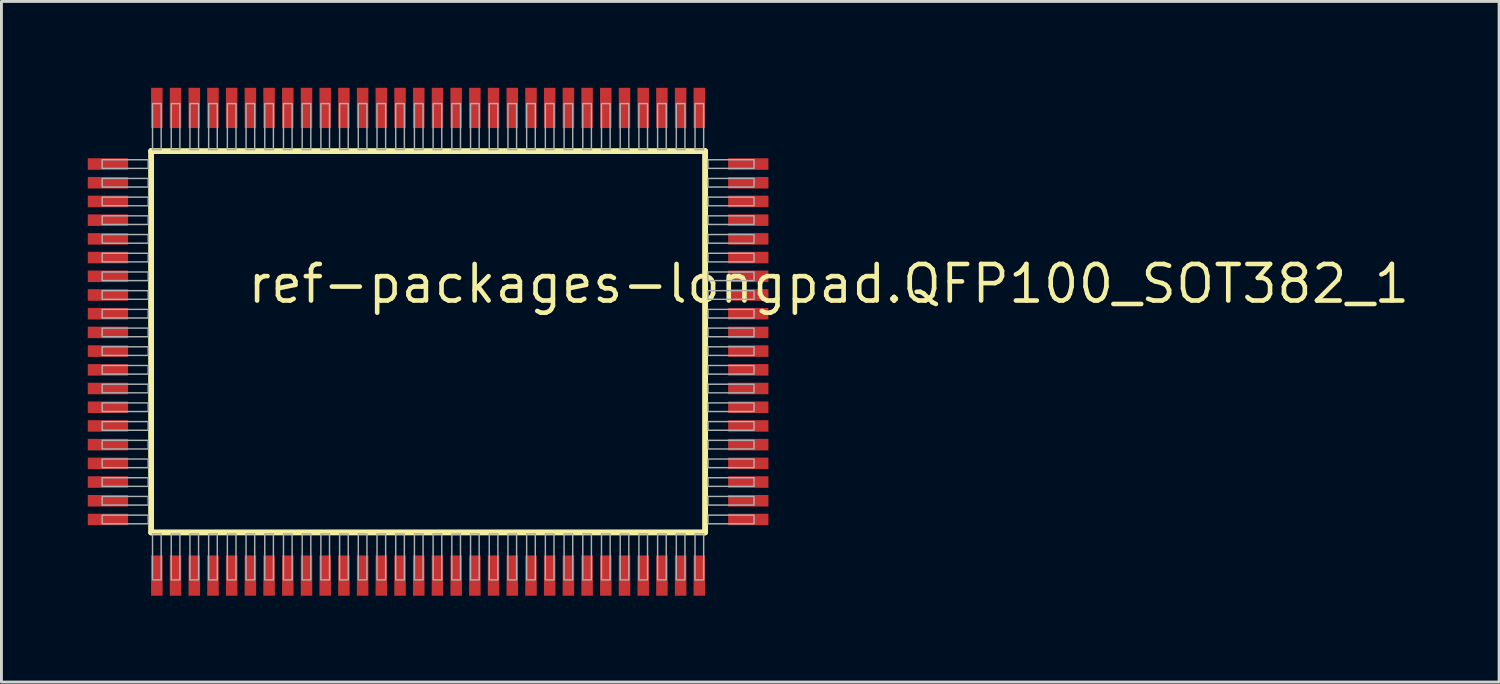
<source format=kicad_pcb>
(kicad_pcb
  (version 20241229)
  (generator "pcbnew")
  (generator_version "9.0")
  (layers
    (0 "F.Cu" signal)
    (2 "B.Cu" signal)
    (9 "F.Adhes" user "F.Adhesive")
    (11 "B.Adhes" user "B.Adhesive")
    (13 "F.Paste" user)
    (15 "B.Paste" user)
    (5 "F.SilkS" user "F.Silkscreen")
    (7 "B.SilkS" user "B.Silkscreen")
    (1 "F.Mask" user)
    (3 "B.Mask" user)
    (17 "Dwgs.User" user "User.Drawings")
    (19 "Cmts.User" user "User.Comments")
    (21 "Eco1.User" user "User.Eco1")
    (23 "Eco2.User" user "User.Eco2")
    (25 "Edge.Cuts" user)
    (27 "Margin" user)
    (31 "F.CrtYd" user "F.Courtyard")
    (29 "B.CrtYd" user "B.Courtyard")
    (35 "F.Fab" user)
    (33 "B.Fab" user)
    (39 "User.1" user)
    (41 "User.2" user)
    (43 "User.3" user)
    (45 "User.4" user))
  (footprint "ref-packages-longpad.QFP100_SOT382_1"
    (layer "F.Cu")
    (at 11.825 8.825)
    (property "Reference" "ref-packages-longpad.QFP100_SOT382_1" (at -6.35 -1.27 0) (layer "F.SilkS") (effects (font (size 1.27 1.27) (thickness 0.16)) (justify left bottom)))
    (attr smd)
    (fp_line (start -9.625 -6.625) (end 9.625 -6.625) (stroke (width 0.203) (type default)) (layer "F.SilkS"))
    (fp_line (start -9.625 6.625) (end -9.625 -6.625) (stroke (width 0.203) (type default)) (layer "F.SilkS"))
    (fp_line (start 9.625 -6.625) (end 9.625 6.625) (stroke (width 0.203) (type default)) (layer "F.SilkS"))
    (fp_line (start 9.625 6.625) (end -9.625 6.625) (stroke (width 0.203) (type default)) (layer "F.SilkS"))
    (fp_rect (start -11.325 -6.025) (end -9.725 -6.325) (stroke (width 0.05) (type default)) (fill no) (layer "F.Fab"))
    (fp_rect (start -11.325 -5.375) (end -9.725 -5.675) (stroke (width 0.05) (type default)) (fill no) (layer "F.Fab"))
    (fp_rect (start -11.325 -4.725) (end -9.725 -5.025) (stroke (width 0.05) (type default)) (fill no) (layer "F.Fab"))
    (fp_rect (start -11.325 -4.075) (end -9.725 -4.375) (stroke (width 0.05) (type default)) (fill no) (layer "F.Fab"))
    (fp_rect (start -11.325 -3.425) (end -9.725 -3.725) (stroke (width 0.05) (type default)) (fill no) (layer "F.Fab"))
    (fp_rect (start -11.325 -2.775) (end -9.725 -3.075) (stroke (width 0.05) (type default)) (fill no) (layer "F.Fab"))
    (fp_rect (start -11.325 -2.125) (end -9.725 -2.425) (stroke (width 0.05) (type default)) (fill no) (layer "F.Fab"))
    (fp_rect (start -11.325 -1.475) (end -9.725 -1.775) (stroke (width 0.05) (type default)) (fill no) (layer "F.Fab"))
    (fp_rect (start -11.325 -0.825) (end -9.725 -1.125) (stroke (width 0.05) (type default)) (fill no) (layer "F.Fab"))
    (fp_rect (start -11.325 -0.175) (end -9.725 -0.475) (stroke (width 0.05) (type default)) (fill no) (layer "F.Fab"))
    (fp_rect (start -11.325 0.475) (end -9.725 0.175) (stroke (width 0.05) (type default)) (fill no) (layer "F.Fab"))
    (fp_rect (start -11.325 1.125) (end -9.725 0.825) (stroke (width 0.05) (type default)) (fill no) (layer "F.Fab"))
    (fp_rect (start -11.325 1.775) (end -9.725 1.475) (stroke (width 0.05) (type default)) (fill no) (layer "F.Fab"))
    (fp_rect (start -11.325 2.425) (end -9.725 2.125) (stroke (width 0.05) (type default)) (fill no) (layer "F.Fab"))
    (fp_rect (start -11.325 3.075) (end -9.725 2.775) (stroke (width 0.05) (type default)) (fill no) (layer "F.Fab"))
    (fp_rect (start -11.325 3.725) (end -9.725 3.425) (stroke (width 0.05) (type default)) (fill no) (layer "F.Fab"))
    (fp_rect (start -11.325 4.375) (end -9.725 4.075) (stroke (width 0.05) (type default)) (fill no) (layer "F.Fab"))
    (fp_rect (start -11.325 5.025) (end -9.725 4.725) (stroke (width 0.05) (type default)) (fill no) (layer "F.Fab"))
    (fp_rect (start -11.325 5.675) (end -9.725 5.375) (stroke (width 0.05) (type default)) (fill no) (layer "F.Fab"))
    (fp_rect (start -11.325 6.325) (end -9.725 6.025) (stroke (width 0.05) (type default)) (fill no) (layer "F.Fab"))
    (fp_rect (start -9.575 -6.675) (end -9.275 -8.275) (stroke (width 0.05) (type default)) (fill no) (layer "F.Fab"))
    (fp_rect (start -9.575 8.275) (end -9.275 6.675) (stroke (width 0.05) (type default)) (fill no) (layer "F.Fab"))
    (fp_rect (start -8.925 -6.675) (end -8.625 -8.275) (stroke (width 0.05) (type default)) (fill no) (layer "F.Fab"))
    (fp_rect (start -8.925 8.275) (end -8.625 6.675) (stroke (width 0.05) (type default)) (fill no) (layer "F.Fab"))
    (fp_rect (start -8.275 -6.675) (end -7.975 -8.275) (stroke (width 0.05) (type default)) (fill no) (layer "F.Fab"))
    (fp_rect (start -8.275 8.275) (end -7.975 6.675) (stroke (width 0.05) (type default)) (fill no) (layer "F.Fab"))
    (fp_rect (start -7.625 -6.675) (end -7.325 -8.275) (stroke (width 0.05) (type default)) (fill no) (layer "F.Fab"))
    (fp_rect (start -7.625 8.275) (end -7.325 6.675) (stroke (width 0.05) (type default)) (fill no) (layer "F.Fab"))
    (fp_rect (start -6.975 -6.675) (end -6.675 -8.275) (stroke (width 0.05) (type default)) (fill no) (layer "F.Fab"))
    (fp_rect (start -6.975 8.275) (end -6.675 6.675) (stroke (width 0.05) (type default)) (fill no) (layer "F.Fab"))
    (fp_rect (start -6.325 -6.675) (end -6.025 -8.275) (stroke (width 0.05) (type default)) (fill no) (layer "F.Fab"))
    (fp_rect (start -6.325 8.275) (end -6.025 6.675) (stroke (width 0.05) (type default)) (fill no) (layer "F.Fab"))
    (fp_rect (start -5.675 -6.675) (end -5.375 -8.275) (stroke (width 0.05) (type default)) (fill no) (layer "F.Fab"))
    (fp_rect (start -5.675 8.275) (end -5.375 6.675) (stroke (width 0.05) (type default)) (fill no) (layer "F.Fab"))
    (fp_rect (start -5.025 -6.675) (end -4.725 -8.275) (stroke (width 0.05) (type default)) (fill no) (layer "F.Fab"))
    (fp_rect (start -5.025 8.275) (end -4.725 6.675) (stroke (width 0.05) (type default)) (fill no) (layer "F.Fab"))
    (fp_rect (start -4.375 -6.675) (end -4.075 -8.275) (stroke (width 0.05) (type default)) (fill no) (layer "F.Fab"))
    (fp_rect (start -4.375 8.275) (end -4.075 6.675) (stroke (width 0.05) (type default)) (fill no) (layer "F.Fab"))
    (fp_rect (start -3.725 -6.675) (end -3.425 -8.275) (stroke (width 0.05) (type default)) (fill no) (layer "F.Fab"))
    (fp_rect (start -3.725 8.275) (end -3.425 6.675) (stroke (width 0.05) (type default)) (fill no) (layer "F.Fab"))
    (fp_rect (start -3.075 -6.675) (end -2.775 -8.275) (stroke (width 0.05) (type default)) (fill no) (layer "F.Fab"))
    (fp_rect (start -3.075 8.275) (end -2.775 6.675) (stroke (width 0.05) (type default)) (fill no) (layer "F.Fab"))
    (fp_rect (start -2.425 -6.675) (end -2.125 -8.275) (stroke (width 0.05) (type default)) (fill no) (layer "F.Fab"))
    (fp_rect (start -2.425 8.275) (end -2.125 6.675) (stroke (width 0.05) (type default)) (fill no) (layer "F.Fab"))
    (fp_rect (start -1.775 -6.675) (end -1.475 -8.275) (stroke (width 0.05) (type default)) (fill no) (layer "F.Fab"))
    (fp_rect (start -1.775 8.275) (end -1.475 6.675) (stroke (width 0.05) (type default)) (fill no) (layer "F.Fab"))
    (fp_rect (start -1.125 -6.675) (end -0.825 -8.275) (stroke (width 0.05) (type default)) (fill no) (layer "F.Fab"))
    (fp_rect (start -1.125 8.275) (end -0.825 6.675) (stroke (width 0.05) (type default)) (fill no) (layer "F.Fab"))
    (fp_rect (start -0.475 -6.675) (end -0.175 -8.275) (stroke (width 0.05) (type default)) (fill no) (layer "F.Fab"))
    (fp_rect (start -0.475 8.275) (end -0.175 6.675) (stroke (width 0.05) (type default)) (fill no) (layer "F.Fab"))
    (fp_rect (start 0.175 -6.675) (end 0.475 -8.275) (stroke (width 0.05) (type default)) (fill no) (layer "F.Fab"))
    (fp_rect (start 0.175 8.275) (end 0.475 6.675) (stroke (width 0.05) (type default)) (fill no) (layer "F.Fab"))
    (fp_rect (start 0.825 -6.675) (end 1.125 -8.275) (stroke (width 0.05) (type default)) (fill no) (layer "F.Fab"))
    (fp_rect (start 0.825 8.275) (end 1.125 6.675) (stroke (width 0.05) (type default)) (fill no) (layer "F.Fab"))
    (fp_rect (start 1.475 -6.675) (end 1.775 -8.275) (stroke (width 0.05) (type default)) (fill no) (layer "F.Fab"))
    (fp_rect (start 1.475 8.275) (end 1.775 6.675) (stroke (width 0.05) (type default)) (fill no) (layer "F.Fab"))
    (fp_rect (start 2.125 -6.675) (end 2.425 -8.275) (stroke (width 0.05) (type default)) (fill no) (layer "F.Fab"))
    (fp_rect (start 2.125 8.275) (end 2.425 6.675) (stroke (width 0.05) (type default)) (fill no) (layer "F.Fab"))
    (fp_rect (start 2.775 -6.675) (end 3.075 -8.275) (stroke (width 0.05) (type default)) (fill no) (layer "F.Fab"))
    (fp_rect (start 2.775 8.275) (end 3.075 6.675) (stroke (width 0.05) (type default)) (fill no) (layer "F.Fab"))
    (fp_rect (start 3.425 -6.675) (end 3.725 -8.275) (stroke (width 0.05) (type default)) (fill no) (layer "F.Fab"))
    (fp_rect (start 3.425 8.275) (end 3.725 6.675) (stroke (width 0.05) (type default)) (fill no) (layer "F.Fab"))
    (fp_rect (start 4.075 -6.675) (end 4.375 -8.275) (stroke (width 0.05) (type default)) (fill no) (layer "F.Fab"))
    (fp_rect (start 4.075 8.275) (end 4.375 6.675) (stroke (width 0.05) (type default)) (fill no) (layer "F.Fab"))
    (fp_rect (start 4.725 -6.675) (end 5.025 -8.275) (stroke (width 0.05) (type default)) (fill no) (layer "F.Fab"))
    (fp_rect (start 4.725 8.275) (end 5.025 6.675) (stroke (width 0.05) (type default)) (fill no) (layer "F.Fab"))
    (fp_rect (start 5.375 -6.675) (end 5.675 -8.275) (stroke (width 0.05) (type default)) (fill no) (layer "F.Fab"))
    (fp_rect (start 5.375 8.275) (end 5.675 6.675) (stroke (width 0.05) (type default)) (fill no) (layer "F.Fab"))
    (fp_rect (start 6.025 -6.675) (end 6.325 -8.275) (stroke (width 0.05) (type default)) (fill no) (layer "F.Fab"))
    (fp_rect (start 6.025 8.275) (end 6.325 6.675) (stroke (width 0.05) (type default)) (fill no) (layer "F.Fab"))
    (fp_rect (start 6.675 -6.675) (end 6.975 -8.275) (stroke (width 0.05) (type default)) (fill no) (layer "F.Fab"))
    (fp_rect (start 6.675 8.275) (end 6.975 6.675) (stroke (width 0.05) (type default)) (fill no) (layer "F.Fab"))
    (fp_rect (start 7.325 -6.675) (end 7.625 -8.275) (stroke (width 0.05) (type default)) (fill no) (layer "F.Fab"))
    (fp_rect (start 7.325 8.275) (end 7.625 6.675) (stroke (width 0.05) (type default)) (fill no) (layer "F.Fab"))
    (fp_rect (start 7.975 -6.675) (end 8.275 -8.275) (stroke (width 0.05) (type default)) (fill no) (layer "F.Fab"))
    (fp_rect (start 7.975 8.275) (end 8.275 6.675) (stroke (width 0.05) (type default)) (fill no) (layer "F.Fab"))
    (fp_rect (start 8.625 -6.675) (end 8.925 -8.275) (stroke (width 0.05) (type default)) (fill no) (layer "F.Fab"))
    (fp_rect (start 8.625 8.275) (end 8.925 6.675) (stroke (width 0.05) (type default)) (fill no) (layer "F.Fab"))
    (fp_rect (start 9.275 -6.675) (end 9.575 -8.275) (stroke (width 0.05) (type default)) (fill no) (layer "F.Fab"))
    (fp_rect (start 9.275 8.275) (end 9.575 6.675) (stroke (width 0.05) (type default)) (fill no) (layer "F.Fab"))
    (fp_rect (start 9.725 -6.025) (end 11.325 -6.325) (stroke (width 0.05) (type default)) (fill no) (layer "F.Fab"))
    (fp_rect (start 9.725 -5.375) (end 11.325 -5.675) (stroke (width 0.05) (type default)) (fill no) (layer "F.Fab"))
    (fp_rect (start 9.725 -4.725) (end 11.325 -5.025) (stroke (width 0.05) (type default)) (fill no) (layer "F.Fab"))
    (fp_rect (start 9.725 -4.075) (end 11.325 -4.375) (stroke (width 0.05) (type default)) (fill no) (layer "F.Fab"))
    (fp_rect (start 9.725 -3.425) (end 11.325 -3.725) (stroke (width 0.05) (type default)) (fill no) (layer "F.Fab"))
    (fp_rect (start 9.725 -2.775) (end 11.325 -3.075) (stroke (width 0.05) (type default)) (fill no) (layer "F.Fab"))
    (fp_rect (start 9.725 -2.125) (end 11.325 -2.425) (stroke (width 0.05) (type default)) (fill no) (layer "F.Fab"))
    (fp_rect (start 9.725 -1.475) (end 11.325 -1.775) (stroke (width 0.05) (type default)) (fill no) (layer "F.Fab"))
    (fp_rect (start 9.725 -0.825) (end 11.325 -1.125) (stroke (width 0.05) (type default)) (fill no) (layer "F.Fab"))
    (fp_rect (start 9.725 -0.175) (end 11.325 -0.475) (stroke (width 0.05) (type default)) (fill no) (layer "F.Fab"))
    (fp_rect (start 9.725 0.475) (end 11.325 0.175) (stroke (width 0.05) (type default)) (fill no) (layer "F.Fab"))
    (fp_rect (start 9.725 1.125) (end 11.325 0.825) (stroke (width 0.05) (type default)) (fill no) (layer "F.Fab"))
    (fp_rect (start 9.725 1.775) (end 11.325 1.475) (stroke (width 0.05) (type default)) (fill no) (layer "F.Fab"))
    (fp_rect (start 9.725 2.425) (end 11.325 2.125) (stroke (width 0.05) (type default)) (fill no) (layer "F.Fab"))
    (fp_rect (start 9.725 3.075) (end 11.325 2.775) (stroke (width 0.05) (type default)) (fill no) (layer "F.Fab"))
    (fp_rect (start 9.725 3.725) (end 11.325 3.425) (stroke (width 0.05) (type default)) (fill no) (layer "F.Fab"))
    (fp_rect (start 9.725 4.375) (end 11.325 4.075) (stroke (width 0.05) (type default)) (fill no) (layer "F.Fab"))
    (fp_rect (start 9.725 5.025) (end 11.325 4.725) (stroke (width 0.05) (type default)) (fill no) (layer "F.Fab"))
    (fp_rect (start 9.725 5.675) (end 11.325 5.375) (stroke (width 0.05) (type default)) (fill no) (layer "F.Fab"))
    (fp_rect (start 9.725 6.325) (end 11.325 6.025) (stroke (width 0.05) (type default)) (fill no) (layer "F.Fab"))
    (pad "1" smd roundrect (at -9.425 8.125) (size 0.4 1.4) (layers "F.Cu" "F.Mask" "F.Paste") (roundrect_rratio 0.01))
    (pad "2" smd roundrect (at -8.775 8.125) (size 0.4 1.4) (layers "F.Cu" "F.Mask" "F.Paste") (roundrect_rratio 0.01))
    (pad "3" smd roundrect (at -8.125 8.125) (size 0.4 1.4) (layers "F.Cu" "F.Mask" "F.Paste") (roundrect_rratio 0.01))
    (pad "4" smd roundrect (at -7.475 8.125) (size 0.4 1.4) (layers "F.Cu" "F.Mask" "F.Paste") (roundrect_rratio 0.01))
    (pad "5" smd roundrect (at -6.825 8.125) (size 0.4 1.4) (layers "F.Cu" "F.Mask" "F.Paste") (roundrect_rratio 0.01))
    (pad "6" smd roundrect (at -6.175 8.125) (size 0.4 1.4) (layers "F.Cu" "F.Mask" "F.Paste") (roundrect_rratio 0.01))
    (pad "7" smd roundrect (at -5.525 8.125) (size 0.4 1.4) (layers "F.Cu" "F.Mask" "F.Paste") (roundrect_rratio 0.01))
    (pad "8" smd roundrect (at -4.875 8.125) (size 0.4 1.4) (layers "F.Cu" "F.Mask" "F.Paste") (roundrect_rratio 0.01))
    (pad "9" smd roundrect (at -4.225 8.125) (size 0.4 1.4) (layers "F.Cu" "F.Mask" "F.Paste") (roundrect_rratio 0.01))
    (pad "10" smd roundrect (at -3.575 8.125) (size 0.4 1.4) (layers "F.Cu" "F.Mask" "F.Paste") (roundrect_rratio 0.01))
    (pad "11" smd roundrect (at -2.925 8.125) (size 0.4 1.4) (layers "F.Cu" "F.Mask" "F.Paste") (roundrect_rratio 0.01))
    (pad "12" smd roundrect (at -2.275 8.125) (size 0.4 1.4) (layers "F.Cu" "F.Mask" "F.Paste") (roundrect_rratio 0.01))
    (pad "13" smd roundrect (at -1.625 8.125) (size 0.4 1.4) (layers "F.Cu" "F.Mask" "F.Paste") (roundrect_rratio 0.01))
    (pad "14" smd roundrect (at -0.975 8.125) (size 0.4 1.4) (layers "F.Cu" "F.Mask" "F.Paste") (roundrect_rratio 0.01))
    (pad "15" smd roundrect (at -0.325 8.125) (size 0.4 1.4) (layers "F.Cu" "F.Mask" "F.Paste") (roundrect_rratio 0.01))
    (pad "16" smd roundrect (at 0.325 8.125) (size 0.4 1.4) (layers "F.Cu" "F.Mask" "F.Paste") (roundrect_rratio 0.01))
    (pad "17" smd roundrect (at 0.975 8.125) (size 0.4 1.4) (layers "F.Cu" "F.Mask" "F.Paste") (roundrect_rratio 0.01))
    (pad "18" smd roundrect (at 1.625 8.125) (size 0.4 1.4) (layers "F.Cu" "F.Mask" "F.Paste") (roundrect_rratio 0.01))
    (pad "19" smd roundrect (at 2.275 8.125) (size 0.4 1.4) (layers "F.Cu" "F.Mask" "F.Paste") (roundrect_rratio 0.01))
    (pad "20" smd roundrect (at 2.925 8.125) (size 0.4 1.4) (layers "F.Cu" "F.Mask" "F.Paste") (roundrect_rratio 0.01))
    (pad "21" smd roundrect (at 3.575 8.125) (size 0.4 1.4) (layers "F.Cu" "F.Mask" "F.Paste") (roundrect_rratio 0.01))
    (pad "22" smd roundrect (at 4.225 8.125) (size 0.4 1.4) (layers "F.Cu" "F.Mask" "F.Paste") (roundrect_rratio 0.01))
    (pad "23" smd roundrect (at 4.875 8.125) (size 0.4 1.4) (layers "F.Cu" "F.Mask" "F.Paste") (roundrect_rratio 0.01))
    (pad "24" smd roundrect (at 5.525 8.125) (size 0.4 1.4) (layers "F.Cu" "F.Mask" "F.Paste") (roundrect_rratio 0.01))
    (pad "25" smd roundrect (at 6.175 8.125) (size 0.4 1.4) (layers "F.Cu" "F.Mask" "F.Paste") (roundrect_rratio 0.01))
    (pad "26" smd roundrect (at 6.825 8.125) (size 0.4 1.4) (layers "F.Cu" "F.Mask" "F.Paste") (roundrect_rratio 0.01))
    (pad "27" smd roundrect (at 7.475 8.125) (size 0.4 1.4) (layers "F.Cu" "F.Mask" "F.Paste") (roundrect_rratio 0.01))
    (pad "28" smd roundrect (at 8.125 8.125) (size 0.4 1.4) (layers "F.Cu" "F.Mask" "F.Paste") (roundrect_rratio 0.01))
    (pad "29" smd roundrect (at 8.775 8.125) (size 0.4 1.4) (layers "F.Cu" "F.Mask" "F.Paste") (roundrect_rratio 0.01))
    (pad "30" smd roundrect (at 9.425 8.125) (size 0.4 1.4) (layers "F.Cu" "F.Mask" "F.Paste") (roundrect_rratio 0.01))
    (pad "31" smd roundrect (at 11.125 6.175) (size 1.4 0.4) (layers "F.Cu" "F.Mask" "F.Paste") (roundrect_rratio 0.01))
    (pad "32" smd roundrect (at 11.125 5.525) (size 1.4 0.4) (layers "F.Cu" "F.Mask" "F.Paste") (roundrect_rratio 0.01))
    (pad "33" smd roundrect (at 11.125 4.875) (size 1.4 0.4) (layers "F.Cu" "F.Mask" "F.Paste") (roundrect_rratio 0.01))
    (pad "34" smd roundrect (at 11.125 4.225) (size 1.4 0.4) (layers "F.Cu" "F.Mask" "F.Paste") (roundrect_rratio 0.01))
    (pad "35" smd roundrect (at 11.125 3.575) (size 1.4 0.4) (layers "F.Cu" "F.Mask" "F.Paste") (roundrect_rratio 0.01))
    (pad "36" smd roundrect (at 11.125 2.925) (size 1.4 0.4) (layers "F.Cu" "F.Mask" "F.Paste") (roundrect_rratio 0.01))
    (pad "37" smd roundrect (at 11.125 2.275) (size 1.4 0.4) (layers "F.Cu" "F.Mask" "F.Paste") (roundrect_rratio 0.01))
    (pad "38" smd roundrect (at 11.125 1.625) (size 1.4 0.4) (layers "F.Cu" "F.Mask" "F.Paste") (roundrect_rratio 0.01))
    (pad "39" smd roundrect (at 11.125 0.975) (size 1.4 0.4) (layers "F.Cu" "F.Mask" "F.Paste") (roundrect_rratio 0.01))
    (pad "40" smd roundrect (at 11.125 0.325) (size 1.4 0.4) (layers "F.Cu" "F.Mask" "F.Paste") (roundrect_rratio 0.01))
    (pad "41" smd roundrect (at 11.125 -0.325) (size 1.4 0.4) (layers "F.Cu" "F.Mask" "F.Paste") (roundrect_rratio 0.01))
    (pad "42" smd roundrect (at 11.125 -0.975) (size 1.4 0.4) (layers "F.Cu" "F.Mask" "F.Paste") (roundrect_rratio 0.01))
    (pad "43" smd roundrect (at 11.125 -1.625) (size 1.4 0.4) (layers "F.Cu" "F.Mask" "F.Paste") (roundrect_rratio 0.01))
    (pad "44" smd roundrect (at 11.125 -2.275) (size 1.4 0.4) (layers "F.Cu" "F.Mask" "F.Paste") (roundrect_rratio 0.01))
    (pad "45" smd roundrect (at 11.125 -2.925) (size 1.4 0.4) (layers "F.Cu" "F.Mask" "F.Paste") (roundrect_rratio 0.01))
    (pad "46" smd roundrect (at 11.125 -3.575) (size 1.4 0.4) (layers "F.Cu" "F.Mask" "F.Paste") (roundrect_rratio 0.01))
    (pad "47" smd roundrect (at 11.125 -4.225) (size 1.4 0.4) (layers "F.Cu" "F.Mask" "F.Paste") (roundrect_rratio 0.01))
    (pad "48" smd roundrect (at 11.125 -4.875) (size 1.4 0.4) (layers "F.Cu" "F.Mask" "F.Paste") (roundrect_rratio 0.01))
    (pad "49" smd roundrect (at 11.125 -5.525) (size 1.4 0.4) (layers "F.Cu" "F.Mask" "F.Paste") (roundrect_rratio 0.01))
    (pad "50" smd roundrect (at 11.125 -6.175) (size 1.4 0.4) (layers "F.Cu" "F.Mask" "F.Paste") (roundrect_rratio 0.01))
    (pad "51" smd roundrect (at 9.425 -8.125) (size 0.4 1.4) (layers "F.Cu" "F.Mask" "F.Paste") (roundrect_rratio 0.01))
    (pad "52" smd roundrect (at 8.775 -8.125) (size 0.4 1.4) (layers "F.Cu" "F.Mask" "F.Paste") (roundrect_rratio 0.01))
    (pad "53" smd roundrect (at 8.125 -8.125) (size 0.4 1.4) (layers "F.Cu" "F.Mask" "F.Paste") (roundrect_rratio 0.01))
    (pad "54" smd roundrect (at 7.475 -8.125) (size 0.4 1.4) (layers "F.Cu" "F.Mask" "F.Paste") (roundrect_rratio 0.01))
    (pad "55" smd roundrect (at 6.825 -8.125) (size 0.4 1.4) (layers "F.Cu" "F.Mask" "F.Paste") (roundrect_rratio 0.01))
    (pad "56" smd roundrect (at 6.175 -8.125) (size 0.4 1.4) (layers "F.Cu" "F.Mask" "F.Paste") (roundrect_rratio 0.01))
    (pad "57" smd roundrect (at 5.525 -8.125) (size 0.4 1.4) (layers "F.Cu" "F.Mask" "F.Paste") (roundrect_rratio 0.01))
    (pad "58" smd roundrect (at 4.875 -8.125) (size 0.4 1.4) (layers "F.Cu" "F.Mask" "F.Paste") (roundrect_rratio 0.01))
    (pad "59" smd roundrect (at 4.225 -8.125) (size 0.4 1.4) (layers "F.Cu" "F.Mask" "F.Paste") (roundrect_rratio 0.01))
    (pad "60" smd roundrect (at 3.575 -8.125) (size 0.4 1.4) (layers "F.Cu" "F.Mask" "F.Paste") (roundrect_rratio 0.01))
    (pad "61" smd roundrect (at 2.925 -8.125) (size 0.4 1.4) (layers "F.Cu" "F.Mask" "F.Paste") (roundrect_rratio 0.01))
    (pad "62" smd roundrect (at 2.275 -8.125) (size 0.4 1.4) (layers "F.Cu" "F.Mask" "F.Paste") (roundrect_rratio 0.01))
    (pad "63" smd roundrect (at 1.625 -8.125) (size 0.4 1.4) (layers "F.Cu" "F.Mask" "F.Paste") (roundrect_rratio 0.01))
    (pad "64" smd roundrect (at 0.975 -8.125) (size 0.4 1.4) (layers "F.Cu" "F.Mask" "F.Paste") (roundrect_rratio 0.01))
    (pad "65" smd roundrect (at 0.325 -8.125) (size 0.4 1.4) (layers "F.Cu" "F.Mask" "F.Paste") (roundrect_rratio 0.01))
    (pad "66" smd roundrect (at -0.325 -8.125) (size 0.4 1.4) (layers "F.Cu" "F.Mask" "F.Paste") (roundrect_rratio 0.01))
    (pad "67" smd roundrect (at -0.975 -8.125) (size 0.4 1.4) (layers "F.Cu" "F.Mask" "F.Paste") (roundrect_rratio 0.01))
    (pad "68" smd roundrect (at -1.625 -8.125) (size 0.4 1.4) (layers "F.Cu" "F.Mask" "F.Paste") (roundrect_rratio 0.01))
    (pad "69" smd roundrect (at -2.275 -8.125) (size 0.4 1.4) (layers "F.Cu" "F.Mask" "F.Paste") (roundrect_rratio 0.01))
    (pad "70" smd roundrect (at -2.925 -8.125) (size 0.4 1.4) (layers "F.Cu" "F.Mask" "F.Paste") (roundrect_rratio 0.01))
    (pad "71" smd roundrect (at -3.575 -8.125) (size 0.4 1.4) (layers "F.Cu" "F.Mask" "F.Paste") (roundrect_rratio 0.01))
    (pad "72" smd roundrect (at -4.225 -8.125) (size 0.4 1.4) (layers "F.Cu" "F.Mask" "F.Paste") (roundrect_rratio 0.01))
    (pad "73" smd roundrect (at -4.875 -8.125) (size 0.4 1.4) (layers "F.Cu" "F.Mask" "F.Paste") (roundrect_rratio 0.01))
    (pad "74" smd roundrect (at -5.525 -8.125) (size 0.4 1.4) (layers "F.Cu" "F.Mask" "F.Paste") (roundrect_rratio 0.01))
    (pad "75" smd roundrect (at -6.175 -8.125) (size 0.4 1.4) (layers "F.Cu" "F.Mask" "F.Paste") (roundrect_rratio 0.01))
    (pad "76" smd roundrect (at -6.825 -8.125) (size 0.4 1.4) (layers "F.Cu" "F.Mask" "F.Paste") (roundrect_rratio 0.01))
    (pad "77" smd roundrect (at -7.475 -8.125) (size 0.4 1.4) (layers "F.Cu" "F.Mask" "F.Paste") (roundrect_rratio 0.01))
    (pad "78" smd roundrect (at -8.125 -8.125) (size 0.4 1.4) (layers "F.Cu" "F.Mask" "F.Paste") (roundrect_rratio 0.01))
    (pad "79" smd roundrect (at -8.775 -8.125) (size 0.4 1.4) (layers "F.Cu" "F.Mask" "F.Paste") (roundrect_rratio 0.01))
    (pad "80" smd roundrect (at -9.425 -8.125) (size 0.4 1.4) (layers "F.Cu" "F.Mask" "F.Paste") (roundrect_rratio 0.01))
    (pad "81" smd roundrect (at -11.125 -6.175) (size 1.4 0.4) (layers "F.Cu" "F.Mask" "F.Paste") (roundrect_rratio 0.01))
    (pad "82" smd roundrect (at -11.125 -5.525) (size 1.4 0.4) (layers "F.Cu" "F.Mask" "F.Paste") (roundrect_rratio 0.01))
    (pad "83" smd roundrect (at -11.125 -4.875) (size 1.4 0.4) (layers "F.Cu" "F.Mask" "F.Paste") (roundrect_rratio 0.01))
    (pad "84" smd roundrect (at -11.125 -4.225) (size 1.4 0.4) (layers "F.Cu" "F.Mask" "F.Paste") (roundrect_rratio 0.01))
    (pad "85" smd roundrect (at -11.125 -3.575) (size 1.4 0.4) (layers "F.Cu" "F.Mask" "F.Paste") (roundrect_rratio 0.01))
    (pad "86" smd roundrect (at -11.125 -2.925) (size 1.4 0.4) (layers "F.Cu" "F.Mask" "F.Paste") (roundrect_rratio 0.01))
    (pad "87" smd roundrect (at -11.125 -2.275) (size 1.4 0.4) (layers "F.Cu" "F.Mask" "F.Paste") (roundrect_rratio 0.01))
    (pad "88" smd roundrect (at -11.125 -1.625) (size 1.4 0.4) (layers "F.Cu" "F.Mask" "F.Paste") (roundrect_rratio 0.01))
    (pad "89" smd roundrect (at -11.125 -0.975) (size 1.4 0.4) (layers "F.Cu" "F.Mask" "F.Paste") (roundrect_rratio 0.01))
    (pad "90" smd roundrect (at -11.125 -0.325) (size 1.4 0.4) (layers "F.Cu" "F.Mask" "F.Paste") (roundrect_rratio 0.01))
    (pad "91" smd roundrect (at -11.125 0.325) (size 1.4 0.4) (layers "F.Cu" "F.Mask" "F.Paste") (roundrect_rratio 0.01))
    (pad "92" smd roundrect (at -11.125 0.975) (size 1.4 0.4) (layers "F.Cu" "F.Mask" "F.Paste") (roundrect_rratio 0.01))
    (pad "93" smd roundrect (at -11.125 1.625) (size 1.4 0.4) (layers "F.Cu" "F.Mask" "F.Paste") (roundrect_rratio 0.01))
    (pad "94" smd roundrect (at -11.125 2.275) (size 1.4 0.4) (layers "F.Cu" "F.Mask" "F.Paste") (roundrect_rratio 0.01))
    (pad "95" smd roundrect (at -11.125 2.925) (size 1.4 0.4) (layers "F.Cu" "F.Mask" "F.Paste") (roundrect_rratio 0.01))
    (pad "96" smd roundrect (at -11.125 3.575) (size 1.4 0.4) (layers "F.Cu" "F.Mask" "F.Paste") (roundrect_rratio 0.01))
    (pad "97" smd roundrect (at -11.125 4.225) (size 1.4 0.4) (layers "F.Cu" "F.Mask" "F.Paste") (roundrect_rratio 0.01))
    (pad "98" smd roundrect (at -11.125 4.875) (size 1.4 0.4) (layers "F.Cu" "F.Mask" "F.Paste") (roundrect_rratio 0.01))
    (pad "99" smd roundrect (at -11.125 5.525) (size 1.4 0.4) (layers "F.Cu" "F.Mask" "F.Paste") (roundrect_rratio 0.01))
    (pad "100" smd roundrect (at -11.125 6.175) (size 1.4 0.4) (layers "F.Cu" "F.Mask" "F.Paste") (roundrect_rratio 0.01)))
  (gr_rect
    (start -3 -3)
    (end 49.039 20.65)
    (stroke (width 0.1) (type default))
    (fill no)
    (layer "Edge.Cuts")))
</source>
